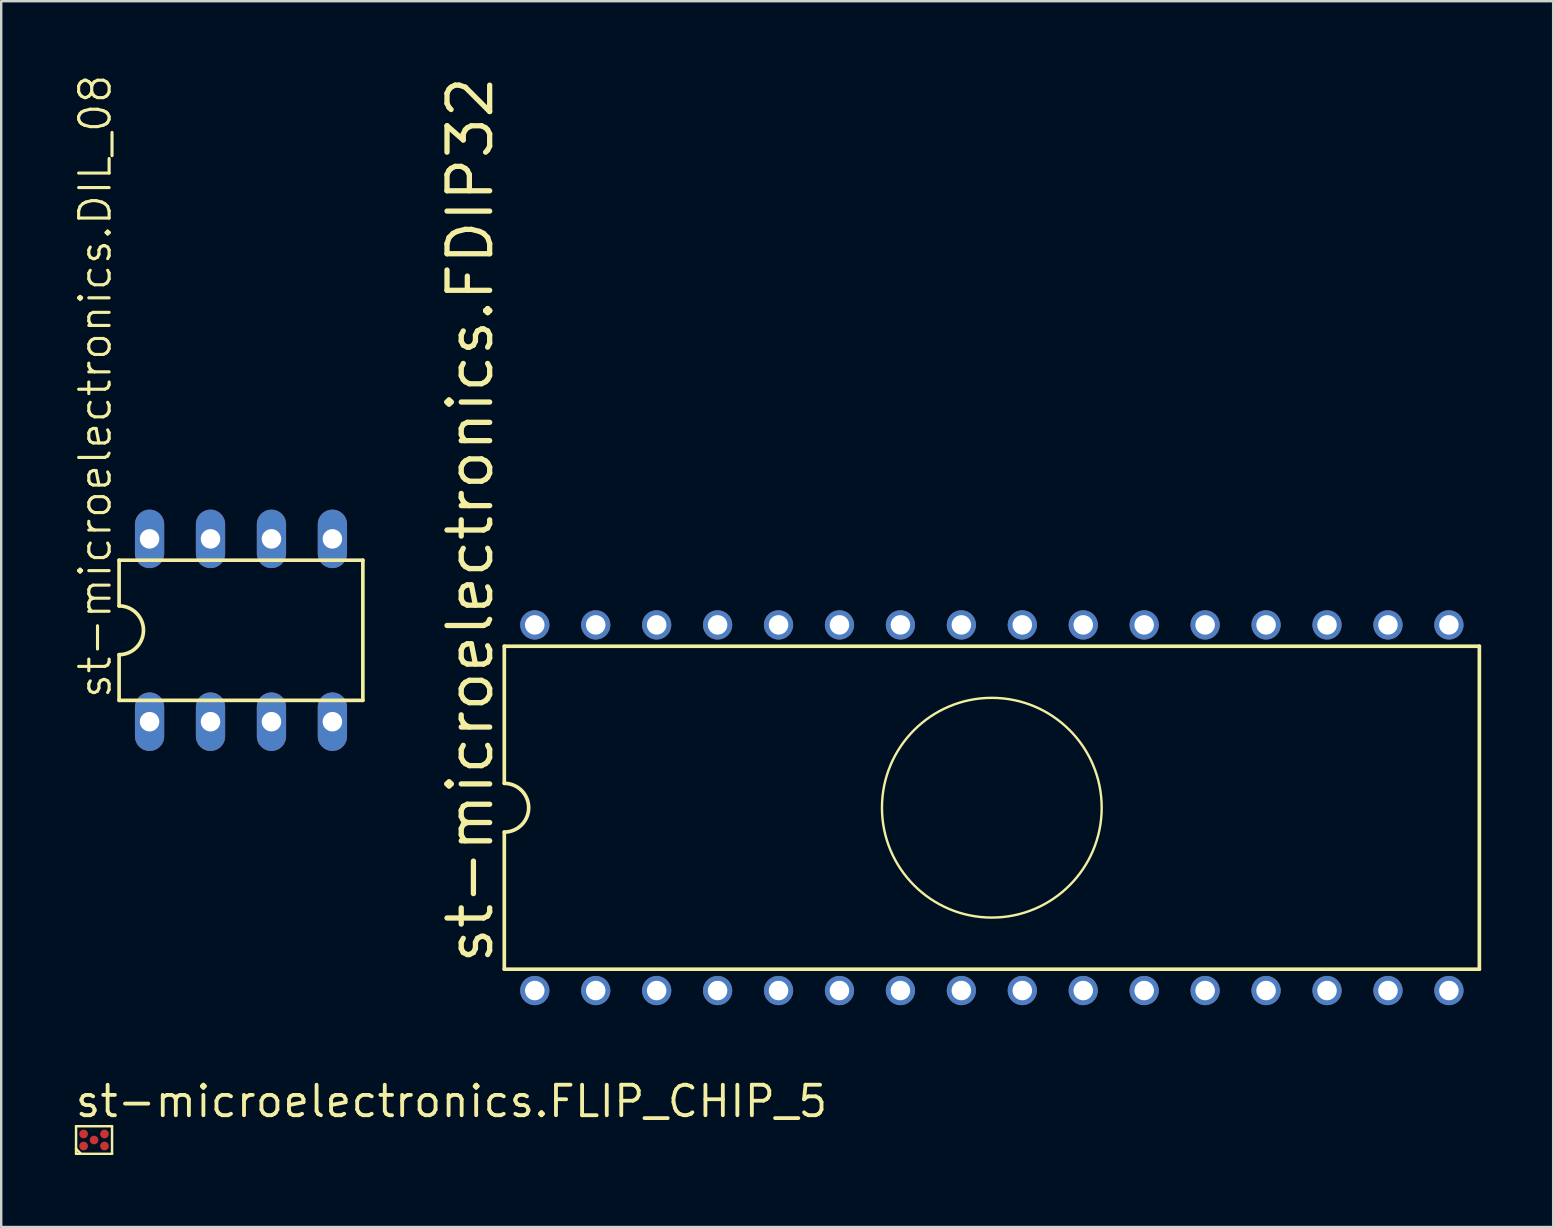
<source format=kicad_pcb>
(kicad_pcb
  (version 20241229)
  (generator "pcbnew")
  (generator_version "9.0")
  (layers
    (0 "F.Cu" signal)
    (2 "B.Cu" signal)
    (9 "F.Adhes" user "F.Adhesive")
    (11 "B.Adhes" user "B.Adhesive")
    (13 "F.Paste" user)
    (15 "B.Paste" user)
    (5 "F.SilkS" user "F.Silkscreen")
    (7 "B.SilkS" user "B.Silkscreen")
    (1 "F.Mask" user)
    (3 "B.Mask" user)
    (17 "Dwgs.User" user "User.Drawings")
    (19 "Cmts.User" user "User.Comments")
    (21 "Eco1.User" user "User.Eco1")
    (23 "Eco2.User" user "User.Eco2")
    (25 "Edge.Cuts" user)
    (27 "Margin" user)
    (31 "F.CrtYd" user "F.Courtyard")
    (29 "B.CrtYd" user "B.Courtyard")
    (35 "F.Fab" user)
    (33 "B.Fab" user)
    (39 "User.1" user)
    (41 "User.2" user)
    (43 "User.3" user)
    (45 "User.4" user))
  (footprint "st-microelectronics.FLIP_CHIP_5"
    (layer "F.Cu")
    (at 0.87 44.465)
    (property "Reference" "st-microelectronics.FLIP_CHIP_5" (at -0.87 -0.87 0) (layer "F.SilkS") (effects (font (size 1.27 1.27) (thickness 0.16)) (justify left bottom)))
    (attr smd)
    (fp_circle (center -0.435 -0.25) (end -0.223 -0.25) (stroke (width 0.1) (type default)) (fill no) (layer "F.Mask"))
    (fp_circle (center -0.435 0.25) (end -0.223 0.25) (stroke (width 0.1) (type default)) (fill no) (layer "F.Mask"))
    (fp_circle (center 0 0) (end 0.212 0) (stroke (width 0.1) (type default)) (fill no) (layer "F.Mask"))
    (fp_circle (center 0.435 -0.25) (end 0.647 -0.25) (stroke (width 0.1) (type default)) (fill no) (layer "F.Mask"))
    (fp_circle (center 0.435 0.25) (end 0.647 0.25) (stroke (width 0.1) (type default)) (fill no) (layer "F.Mask"))
    (fp_line (start -0.75 -0.575) (end 0.75 -0.575) (stroke (width 0.102) (type default)) (layer "F.SilkS"))
    (fp_line (start -0.75 0.367) (end -0.75 -0.575) (stroke (width 0.102) (type default)) (layer "F.SilkS"))
    (fp_line (start -0.75 0.575) (end -0.75 0.367) (stroke (width 0.102) (type default)) (layer "F.SilkS"))
    (fp_line (start -0.55 0.568) (end -0.75 0.367) (stroke (width 0.102) (type default)) (layer "F.SilkS"))
    (fp_line (start 0.75 -0.575) (end 0.75 0.575) (stroke (width 0.102) (type default)) (layer "F.SilkS"))
    (fp_line (start 0.75 0.575) (end -0.75 0.575) (stroke (width 0.102) (type default)) (layer "F.SilkS"))
    (pad "1" smd roundrect (at -0.435 0.25) (size 0.365 0.365) (layers "F.Cu" "F.Mask" "F.Paste") (roundrect_rratio 0.5))
    (pad "2" smd roundrect (at 0 0) (size 0.365 0.365) (layers "F.Cu" "F.Mask" "F.Paste") (roundrect_rratio 0.5))
    (pad "3" smd roundrect (at 0.435 0.25) (size 0.365 0.365) (layers "F.Cu" "F.Mask" "F.Paste") (roundrect_rratio 0.5))
    (pad "4" smd roundrect (at 0.435 -0.25) (size 0.365 0.365) (layers "F.Cu" "F.Mask" "F.Paste") (roundrect_rratio 0.5))
    (pad "5" smd roundrect (at -0.435 -0.25) (size 0.365 0.365) (layers "F.Cu" "F.Mask" "F.Paste") (roundrect_rratio 0.5)))
  (footprint "st-microelectronics.FDIP32"
    (layer "F.Cu")
    (at 38.289 30.615)
    (property "Reference" "st-microelectronics.FDIP32" (at -20.701 6.604 90) (layer "F.SilkS") (effects (font (size 1.778 1.778) (thickness 0.22)) (justify left bottom)))
    (attr through_hole)
    (fp_line (start -20.32 -6.731) (end -20.32 -1.016) (stroke (width 0.152) (type default)) (layer "F.SilkS"))
    (fp_line (start -20.32 6.731) (end -20.32 1.016) (stroke (width 0.152) (type default)) (layer "F.SilkS"))
    (fp_line (start -20.32 6.731) (end 20.32 6.731) (stroke (width 0.152) (type default)) (layer "F.SilkS"))
    (fp_line (start 20.32 -6.731) (end -20.32 -6.731) (stroke (width 0.152) (type default)) (layer "F.SilkS"))
    (fp_line (start 20.32 -6.731) (end 20.32 6.731) (stroke (width 0.152) (type default)) (layer "F.SilkS"))
    (fp_arc (start -20.32 -1.016) (mid -19.304 0) (end -20.32 1.016) (stroke (width 0.1524) (type default)) (layer "F.SilkS"))
    (fp_circle (center 0 0) (end 4.579 0) (stroke (width 0.1) (type default)) (fill no) (layer "F.SilkS"))
    (pad "1" thru_hole circle (at -19.05 7.62 90) (size 1.219 1.219) (drill 0.813) (layers "*.Cu" "*.Mask"))
    (pad "2" thru_hole circle (at -16.51 7.62 90) (size 1.219 1.219) (drill 0.813) (layers "*.Cu" "*.Mask"))
    (pad "3" thru_hole circle (at -13.97 7.62 90) (size 1.219 1.219) (drill 0.813) (layers "*.Cu" "*.Mask"))
    (pad "4" thru_hole circle (at -11.43 7.62 90) (size 1.219 1.219) (drill 0.813) (layers "*.Cu" "*.Mask"))
    (pad "5" thru_hole circle (at -8.89 7.62 90) (size 1.219 1.219) (drill 0.813) (layers "*.Cu" "*.Mask"))
    (pad "6" thru_hole circle (at -6.35 7.62 90) (size 1.219 1.219) (drill 0.813) (layers "*.Cu" "*.Mask"))
    (pad "7" thru_hole circle (at -3.81 7.62 90) (size 1.219 1.219) (drill 0.813) (layers "*.Cu" "*.Mask"))
    (pad "8" thru_hole circle (at -1.27 7.62 90) (size 1.219 1.219) (drill 0.813) (layers "*.Cu" "*.Mask"))
    (pad "9" thru_hole circle (at 1.27 7.62 90) (size 1.219 1.219) (drill 0.813) (layers "*.Cu" "*.Mask"))
    (pad "10" thru_hole circle (at 3.81 7.62 90) (size 1.219 1.219) (drill 0.813) (layers "*.Cu" "*.Mask"))
    (pad "11" thru_hole circle (at 6.35 7.62 90) (size 1.219 1.219) (drill 0.813) (layers "*.Cu" "*.Mask"))
    (pad "12" thru_hole circle (at 8.89 7.62 90) (size 1.219 1.219) (drill 0.813) (layers "*.Cu" "*.Mask"))
    (pad "13" thru_hole circle (at 11.43 7.62 90) (size 1.219 1.219) (drill 0.813) (layers "*.Cu" "*.Mask"))
    (pad "14" thru_hole circle (at 13.97 7.62 90) (size 1.219 1.219) (drill 0.813) (layers "*.Cu" "*.Mask"))
    (pad "15" thru_hole circle (at 16.51 7.62 90) (size 1.219 1.219) (drill 0.813) (layers "*.Cu" "*.Mask"))
    (pad "16" thru_hole circle (at 19.05 7.62 90) (size 1.219 1.219) (drill 0.813) (layers "*.Cu" "*.Mask"))
    (pad "17" thru_hole circle (at 19.05 -7.62 90) (size 1.219 1.219) (drill 0.813) (layers "*.Cu" "*.Mask"))
    (pad "18" thru_hole circle (at 16.51 -7.62 90) (size 1.219 1.219) (drill 0.813) (layers "*.Cu" "*.Mask"))
    (pad "19" thru_hole circle (at 13.97 -7.62 90) (size 1.219 1.219) (drill 0.813) (layers "*.Cu" "*.Mask"))
    (pad "20" thru_hole circle (at 11.43 -7.62 90) (size 1.219 1.219) (drill 0.813) (layers "*.Cu" "*.Mask"))
    (pad "21" thru_hole circle (at 8.89 -7.62 90) (size 1.219 1.219) (drill 0.813) (layers "*.Cu" "*.Mask"))
    (pad "22" thru_hole circle (at 6.35 -7.62 90) (size 1.219 1.219) (drill 0.813) (layers "*.Cu" "*.Mask"))
    (pad "23" thru_hole circle (at 3.81 -7.62 90) (size 1.219 1.219) (drill 0.813) (layers "*.Cu" "*.Mask"))
    (pad "24" thru_hole circle (at 1.27 -7.62 90) (size 1.219 1.219) (drill 0.813) (layers "*.Cu" "*.Mask"))
    (pad "25" thru_hole circle (at -1.27 -7.62 90) (size 1.219 1.219) (drill 0.813) (layers "*.Cu" "*.Mask"))
    (pad "26" thru_hole circle (at -3.81 -7.62 90) (size 1.219 1.219) (drill 0.813) (layers "*.Cu" "*.Mask"))
    (pad "27" thru_hole circle (at -6.35 -7.62 90) (size 1.219 1.219) (drill 0.813) (layers "*.Cu" "*.Mask"))
    (pad "28" thru_hole circle (at -8.89 -7.62 90) (size 1.219 1.219) (drill 0.813) (layers "*.Cu" "*.Mask"))
    (pad "29" thru_hole circle (at -11.43 -7.62 90) (size 1.219 1.219) (drill 0.813) (layers "*.Cu" "*.Mask"))
    (pad "30" thru_hole circle (at -13.97 -7.62 90) (size 1.219 1.219) (drill 0.813) (layers "*.Cu" "*.Mask"))
    (pad "31" thru_hole circle (at -16.51 -7.62 90) (size 1.219 1.219) (drill 0.813) (layers "*.Cu" "*.Mask"))
    (pad "32" thru_hole circle (at -19.05 -7.62 90) (size 1.219 1.219) (drill 0.813) (layers "*.Cu" "*.Mask")))
  (footprint "st-microelectronics.DIL_08"
    (layer "F.Cu")
    (at 6.994 23.22)
    (property "Reference" "st-microelectronics.DIL_08" (at -5.334 2.921 90) (layer "F.SilkS") (effects (font (size 1.27 1.27) (thickness 0.13)) (justify left bottom)))
    (attr through_hole)
    (fp_line (start -5.08 -2.921) (end -5.08 -1.016) (stroke (width 0.152) (type default)) (layer "F.SilkS"))
    (fp_line (start -5.08 2.921) (end -5.08 1.016) (stroke (width 0.152) (type default)) (layer "F.SilkS"))
    (fp_line (start -5.08 2.921) (end 5.08 2.921) (stroke (width 0.152) (type default)) (layer "F.SilkS"))
    (fp_line (start 5.08 -2.921) (end -5.08 -2.921) (stroke (width 0.152) (type default)) (layer "F.SilkS"))
    (fp_line (start 5.08 -2.921) (end 5.08 2.921) (stroke (width 0.152) (type default)) (layer "F.SilkS"))
    (fp_arc (start -5.08 -1.016) (mid -4.064 0) (end -5.08 1.016) (stroke (width 0.1524) (type default)) (layer "F.SilkS"))
    (pad "1" thru_hole oval (at -3.81 3.81 90) (size 2.438 1.219) (drill 0.813) (layers "*.Cu" "*.Mask"))
    (pad "2" thru_hole oval (at -1.27 3.81 90) (size 2.438 1.219) (drill 0.813) (layers "*.Cu" "*.Mask"))
    (pad "3" thru_hole oval (at 1.27 3.81 90) (size 2.438 1.219) (drill 0.813) (layers "*.Cu" "*.Mask"))
    (pad "4" thru_hole oval (at 3.81 3.81 90) (size 2.438 1.219) (drill 0.813) (layers "*.Cu" "*.Mask"))
    (pad "5" thru_hole oval (at 3.81 -3.81 90) (size 2.438 1.219) (drill 0.813) (layers "*.Cu" "*.Mask"))
    (pad "6" thru_hole oval (at 1.27 -3.81 90) (size 2.438 1.219) (drill 0.813) (layers "*.Cu" "*.Mask"))
    (pad "7" thru_hole oval (at -1.27 -3.81 90) (size 2.438 1.219) (drill 0.813) (layers "*.Cu" "*.Mask"))
    (pad "8" thru_hole oval (at -3.81 -3.81 90) (size 2.438 1.219) (drill 0.813) (layers "*.Cu" "*.Mask")))
  (gr_rect
    (start -3 -3)
    (end 61.685 48.09)
    (stroke (width 0.1) (type default))
    (fill no)
    (layer "Edge.Cuts")))
</source>
